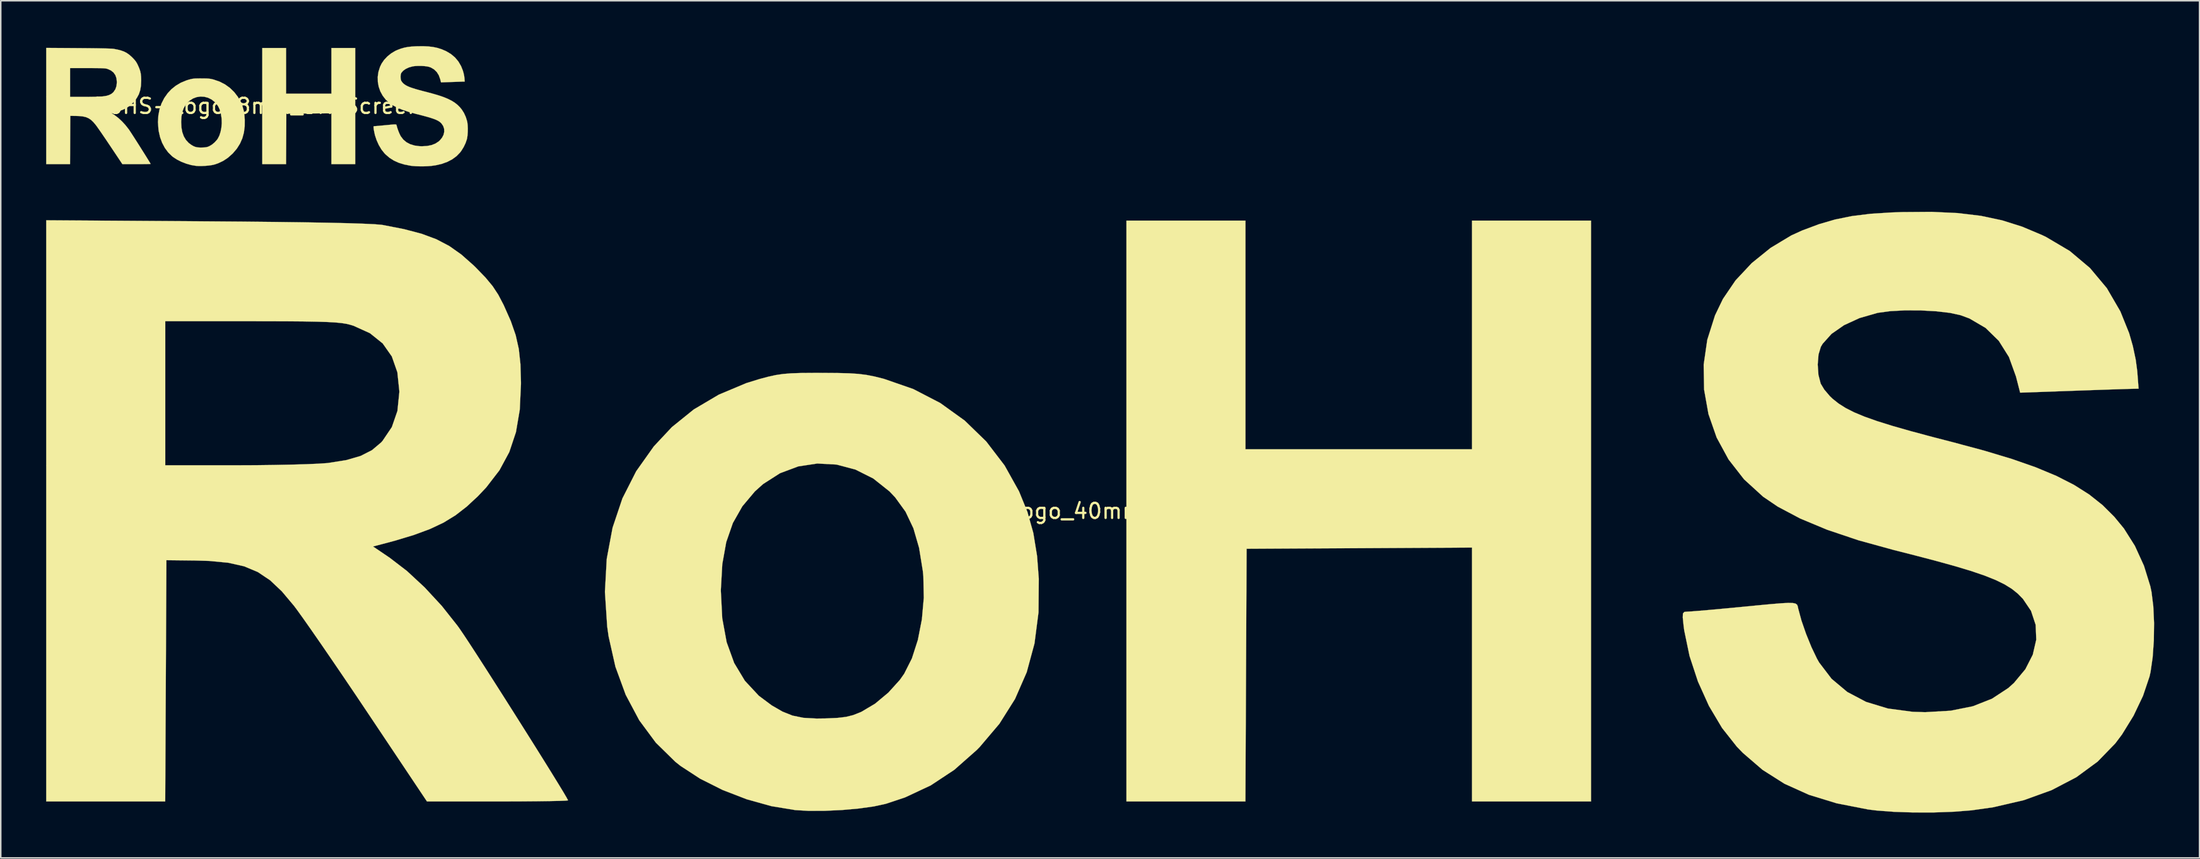
<source format=kicad_pcb>
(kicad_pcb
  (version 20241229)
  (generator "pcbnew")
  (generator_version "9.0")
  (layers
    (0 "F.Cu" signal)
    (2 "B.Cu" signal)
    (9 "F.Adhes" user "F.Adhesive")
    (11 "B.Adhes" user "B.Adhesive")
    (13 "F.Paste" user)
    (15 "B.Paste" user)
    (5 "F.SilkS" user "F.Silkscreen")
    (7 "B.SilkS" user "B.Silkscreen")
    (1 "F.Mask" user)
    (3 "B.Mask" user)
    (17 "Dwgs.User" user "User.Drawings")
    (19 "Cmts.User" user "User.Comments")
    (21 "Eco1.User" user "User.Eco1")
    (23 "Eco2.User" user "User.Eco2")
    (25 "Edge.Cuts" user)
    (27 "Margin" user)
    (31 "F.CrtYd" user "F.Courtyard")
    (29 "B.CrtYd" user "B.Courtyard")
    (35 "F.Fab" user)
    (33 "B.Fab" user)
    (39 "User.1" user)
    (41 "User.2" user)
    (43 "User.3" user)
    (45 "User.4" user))
  (footprint "RoHS-Logo_40mm_SilkScreen"
    (layer "F.Cu")
    (at 69.704 30.737)
    (property "Reference" "RoHS-Logo_40mm_SilkScreen" (at 0 0 0) (layer "F.SilkS") (effects (font (size 1 1) (thickness 0.15))))
    (attr exclude_from_pos_files exclude_from_bom)
    (fp_poly (pts (xy 9.525 -4.082) (xy 24.493 -4.082) (xy 24.493 -19.201) (xy 32.355 -19.201) (xy 32.355 19.201) (xy 24.493 19.201) (xy 24.493 2.416) (xy 9.601 2.495) (xy 9.522 19.201) (xy 1.663 19.201) (xy 1.663 -19.201) (xy 9.525 -19.201) (xy 9.525 -4.082)) (stroke (width 0.01) (type solid)) (fill yes) (layer "F.SilkS"))
    (fp_poly (pts (xy -18.445 -9.132) (xy -17.436 -9.125) (xy -16.658 -9.106) (xy -16.041 -9.066) (xy -15.514 -9) (xy -15.006 -8.901) (xy -14.447 -8.762) (xy -14.353 -8.737) (xy -12.419 -8.065) (xy -10.635 -7.14) (xy -9.022 -5.979) (xy -7.599 -4.597) (xy -6.387 -3.012) (xy -5.434 -1.302) (xy -4.88 0.057) (xy -4.489 1.453) (xy -4.242 2.971) (xy -4.128 4.476) (xy -4.147 6.701) (xy -4.412 8.758) (xy -4.927 10.661) (xy -5.698 12.426) (xy -6.732 14.068) (xy -8.033 15.603) (xy -8.233 15.806) (xy -9.709 17.11) (xy -11.273 18.144) (xy -12.977 18.94) (xy -14.238 19.359) (xy -15.027 19.531) (xy -16.025 19.67) (xy -17.142 19.769) (xy -18.285 19.822) (xy -19.365 19.823) (xy -20.216 19.773) (xy -21.794 19.513) (xy -23.421 19.059) (xy -25.017 18.443) (xy -26.5 17.698) (xy -27.791 16.856) (xy -28.134 16.585) (xy -29.425 15.319) (xy -30.524 13.834) (xy -31.418 12.152) (xy -32.097 10.296) (xy -32.548 8.29) (xy -32.641 7.635) (xy -32.791 5.346) (xy -32.788 5.292) (xy -25.132 5.292) (xy -25.04 7.093) (xy -24.749 8.675) (xy -24.252 10.048) (xy -23.545 11.224) (xy -22.623 12.214) (xy -21.771 12.851) (xy -21.063 13.26) (xy -20.397 13.526) (xy -19.679 13.672) (xy -18.812 13.72) (xy -18.218 13.713) (xy -17.441 13.678) (xy -16.865 13.611) (xy -16.39 13.493) (xy -15.917 13.306) (xy -15.842 13.272) (xy -14.947 12.74) (xy -14.069 12.008) (xy -13.309 11.168) (xy -13.02 10.757) (xy -12.511 9.746) (xy -12.117 8.522) (xy -11.851 7.161) (xy -11.725 5.735) (xy -11.755 4.319) (xy -11.789 3.967) (xy -12.036 2.435) (xy -12.411 1.142) (xy -12.932 0.043) (xy -13.618 -0.904) (xy -13.994 -1.3) (xy -15.066 -2.152) (xy -16.244 -2.742) (xy -17.489 -3.072) (xy -18.761 -3.141) (xy -20.02 -2.95) (xy -21.226 -2.498) (xy -22.34 -1.785) (xy -22.883 -1.298) (xy -23.711 -0.313) (xy -24.338 0.792) (xy -24.776 2.054) (xy -25.036 3.505) (xy -25.131 5.18) (xy -25.132 5.292) (xy -32.788 5.292) (xy -32.671 3.164) (xy -32.285 1.101) (xy -31.636 -0.834) (xy -30.726 -2.629) (xy -29.561 -4.273) (xy -28.369 -5.547) (xy -26.922 -6.716) (xy -25.268 -7.694) (xy -23.455 -8.456) (xy -22.59 -8.724) (xy -22.012 -8.878) (xy -21.515 -8.988) (xy -21.027 -9.061) (xy -20.479 -9.105) (xy -19.801 -9.127) (xy -18.922 -9.133) (xy -18.445 -9.132)) (stroke (width 0.01) (type solid)) (fill yes) (layer "F.SilkS"))
    (fp_poly (pts (xy -59.078 -19.153) (xy -56.703 -19.135) (xy -54.581 -19.113) (xy -52.719 -19.089) (xy -51.124 -19.061) (xy -49.802 -19.031) (xy -48.761 -18.997) (xy -48.007 -18.962) (xy -47.546 -18.923) (xy -47.474 -18.913) (xy -46.07 -18.639) (xy -44.909 -18.334) (xy -43.93 -17.971) (xy -43.074 -17.522) (xy -42.279 -16.961) (xy -41.486 -16.259) (xy -41.317 -16.094) (xy -40.681 -15.437) (xy -40.211 -14.871) (xy -39.836 -14.301) (xy -39.487 -13.633) (xy -39.468 -13.593) (xy -39.008 -12.555) (xy -38.686 -11.629) (xy -38.481 -10.716) (xy -38.373 -9.714) (xy -38.338 -8.525) (xy -38.338 -8.391) (xy -38.417 -6.698) (xy -38.668 -5.217) (xy -39.108 -3.899) (xy -39.758 -2.695) (xy -40.635 -1.557) (xy -41.185 -0.976) (xy -41.924 -0.29) (xy -42.663 0.283) (xy -43.457 0.769) (xy -44.359 1.194) (xy -45.421 1.586) (xy -46.698 1.971) (xy -47.604 2.212) (xy -48.112 2.343) (xy -46.999 3.097) (xy -45.867 3.967) (xy -44.7 5.05) (xy -43.567 6.275) (xy -42.538 7.574) (xy -42.386 7.786) (xy -42.126 8.168) (xy -41.748 8.74) (xy -41.273 9.471) (xy -40.72 10.329) (xy -40.11 11.283) (xy -39.462 12.301) (xy -38.796 13.352) (xy -38.133 14.403) (xy -37.491 15.423) (xy -36.892 16.381) (xy -36.355 17.245) (xy -35.9 17.984) (xy -35.547 18.564) (xy -35.317 18.956) (xy -35.228 19.127) (xy -35.227 19.13) (xy -35.372 19.148) (xy -35.784 19.164) (xy -36.424 19.178) (xy -37.258 19.189) (xy -38.248 19.197) (xy -39.358 19.201) (xy -39.888 19.201) (xy -44.548 19.201) (xy -48.411 13.418) (xy -49.243 12.176) (xy -50.062 10.964) (xy -50.844 9.815) (xy -51.566 8.762) (xy -52.206 7.839) (xy -52.74 7.079) (xy -53.145 6.516) (xy -53.33 6.269) (xy -54.132 5.314) (xy -54.911 4.577) (xy -55.724 4.033) (xy -56.627 3.655) (xy -57.675 3.42) (xy -58.925 3.3) (xy -59.863 3.272) (xy -61.761 3.251) (xy -61.8 11.226) (xy -61.84 19.201) (xy -69.699 19.201) (xy -69.699 -12.549) (xy -61.837 -12.549) (xy -61.837 -3.024) (xy -57.112 -3.025) (xy -55.872 -3.03) (xy -54.665 -3.045) (xy -53.54 -3.067) (xy -52.551 -3.095) (xy -51.747 -3.129) (xy -51.18 -3.166) (xy -51.066 -3.178) (xy -49.876 -3.367) (xy -48.931 -3.642) (xy -48.181 -4.024) (xy -47.577 -4.533) (xy -47.487 -4.632) (xy -46.868 -5.549) (xy -46.499 -6.616) (xy -46.374 -7.85) (xy -46.374 -7.938) (xy -46.503 -9.173) (xy -46.869 -10.221) (xy -47.473 -11.081) (xy -48.315 -11.757) (xy -49.396 -12.247) (xy -49.595 -12.309) (xy -49.852 -12.373) (xy -50.173 -12.425) (xy -50.59 -12.466) (xy -51.134 -12.497) (xy -51.836 -12.519) (xy -52.729 -12.535) (xy -53.842 -12.544) (xy -55.209 -12.548) (xy -56.119 -12.549) (xy -61.837 -12.549) (xy -69.699 -12.549) (xy -69.699 -19.223) (xy -59.078 -19.153)) (stroke (width 0.01) (type solid)) (fill yes) (layer "F.SilkS"))
    (fp_poly (pts (xy 56.578 -19.7) (xy 58.106 -19.517) (xy 59.507 -19.22) (xy 60.832 -18.802) (xy 62.137 -18.252) (xy 62.425 -18.113) (xy 63.982 -17.191) (xy 65.316 -16.067) (xy 66.429 -14.737) (xy 67.324 -13.198) (xy 67.902 -11.764) (xy 68.147 -10.911) (xy 68.338 -10.009) (xy 68.438 -9.262) (xy 68.528 -8.089) (xy 68.093 -8.08) (xy 67.819 -8.073) (xy 67.293 -8.056) (xy 66.564 -8.032) (xy 65.681 -8.002) (xy 64.693 -7.967) (xy 64.18 -7.949) (xy 60.703 -7.826) (xy 60.428 -8.895) (xy 59.964 -10.18) (xy 59.292 -11.253) (xy 58.419 -12.106) (xy 57.355 -12.73) (xy 56.772 -12.946) (xy 56.072 -13.1) (xy 55.166 -13.206) (xy 54.145 -13.263) (xy 53.104 -13.267) (xy 52.133 -13.216) (xy 51.325 -13.108) (xy 51.267 -13.096) (xy 50.092 -12.758) (xy 49.069 -12.288) (xy 48.242 -11.712) (xy 47.656 -11.058) (xy 47.536 -10.855) (xy 47.383 -10.347) (xy 47.33 -9.684) (xy 47.378 -8.998) (xy 47.527 -8.422) (xy 47.527 -8.422) (xy 47.766 -8.026) (xy 48.136 -7.591) (xy 48.316 -7.419) (xy 48.712 -7.105) (xy 49.175 -6.811) (xy 49.733 -6.527) (xy 50.416 -6.242) (xy 51.254 -5.945) (xy 52.277 -5.625) (xy 53.515 -5.272) (xy 54.998 -4.875) (xy 56.243 -4.553) (xy 58.335 -3.991) (xy 60.155 -3.443) (xy 61.729 -2.893) (xy 63.087 -2.327) (xy 64.257 -1.731) (xy 65.267 -1.091) (xy 66.146 -0.392) (xy 66.92 0.379) (xy 67.558 1.154) (xy 68.283 2.303) (xy 68.883 3.619) (xy 69.303 4.974) (xy 69.383 5.357) (xy 69.5 6.301) (xy 69.55 7.405) (xy 69.535 8.564) (xy 69.457 9.676) (xy 69.319 10.635) (xy 69.25 10.943) (xy 68.821 12.218) (xy 68.194 13.535) (xy 67.431 14.775) (xy 66.989 15.364) (xy 65.82 16.569) (xy 64.414 17.601) (xy 62.784 18.453) (xy 60.944 19.118) (xy 58.908 19.589) (xy 57.484 19.79) (xy 56.31 19.882) (xy 55 19.929) (xy 53.651 19.93) (xy 52.356 19.887) (xy 51.211 19.8) (xy 50.649 19.73) (xy 48.582 19.325) (xy 46.753 18.763) (xy 45.13 18.03) (xy 43.684 17.111) (xy 42.386 15.993) (xy 41.987 15.581) (xy 41.011 14.344) (xy 40.144 12.885) (xy 39.418 11.275) (xy 38.862 9.585) (xy 38.509 7.884) (xy 38.463 7.522) (xy 38.414 7.034) (xy 38.425 6.774) (xy 38.518 6.671) (xy 38.713 6.652) (xy 38.723 6.652) (xy 38.979 6.638) (xy 39.484 6.598) (xy 40.187 6.538) (xy 41.037 6.46) (xy 41.981 6.371) (xy 42.182 6.352) (xy 43.342 6.239) (xy 44.236 6.155) (xy 44.9 6.1) (xy 45.37 6.075) (xy 45.68 6.081) (xy 45.867 6.12) (xy 45.965 6.192) (xy 46.011 6.298) (xy 46.04 6.44) (xy 46.045 6.463) (xy 46.253 7.232) (xy 46.559 8.118) (xy 46.917 9) (xy 47.279 9.758) (xy 47.422 10.011) (xy 48.246 11.093) (xy 49.283 11.963) (xy 50.525 12.619) (xy 51.966 13.057) (xy 53.599 13.275) (xy 54.429 13.3) (xy 56.115 13.202) (xy 57.582 12.907) (xy 58.846 12.408) (xy 59.919 11.703) (xy 60.295 11.365) (xy 61.046 10.462) (xy 61.538 9.497) (xy 61.767 8.507) (xy 61.729 7.529) (xy 61.421 6.599) (xy 60.885 5.806) (xy 60.548 5.462) (xy 60.155 5.147) (xy 59.678 4.851) (xy 59.089 4.562) (xy 58.36 4.27) (xy 57.464 3.965) (xy 56.374 3.637) (xy 55.06 3.274) (xy 53.496 2.866) (xy 52.358 2.578) (xy 50.01 1.931) (xy 47.947 1.236) (xy 46.174 0.496) (xy 44.694 -0.288) (xy 43.721 -0.948) (xy 42.464 -2.095) (xy 41.439 -3.411) (xy 40.652 -4.86) (xy 40.112 -6.41) (xy 39.824 -8.027) (xy 39.796 -9.675) (xy 40.034 -11.323) (xy 40.545 -12.936) (xy 41.067 -14.021) (xy 41.899 -15.246) (xy 42.97 -16.39) (xy 44.218 -17.399) (xy 45.58 -18.219) (xy 46.298 -18.547) (xy 47.409 -18.963) (xy 48.479 -19.275) (xy 49.586 -19.5) (xy 50.805 -19.651) (xy 52.213 -19.741) (xy 52.919 -19.766) (xy 54.866 -19.78) (xy 56.578 -19.7)) (stroke (width 0.01) (type solid)) (fill yes) (layer "F.SilkS")))
  (footprint "RoHS-Logo_8mm_SilkScreen"
    (layer "F.Cu")
    (at 13.945 3.961)
    (property "Reference" "RoHS-Logo_8mm_SilkScreen" (at 0 0 0) (layer "F.SilkS") (effects (font (size 1 1) (thickness 0.15))))
    (attr exclude_from_pos_files exclude_from_bom)
    (fp_poly (pts (xy 1.905 -0.816) (xy 4.899 -0.816) (xy 4.899 -3.84) (xy 6.471 -3.84) (xy 6.471 3.84) (xy 4.899 3.84) (xy 4.899 0.483) (xy 3.409 0.491) (xy 1.92 0.499) (xy 1.912 2.17) (xy 1.904 3.84) (xy 0.333 3.84) (xy 0.333 -3.84) (xy 1.905 -3.84) (xy 1.905 -0.816)) (stroke (width 0.01) (type solid)) (fill yes) (layer "F.SilkS"))
    (fp_poly (pts (xy -3.689 -1.826) (xy -3.487 -1.825) (xy -3.332 -1.821) (xy -3.208 -1.813) (xy -3.103 -1.8) (xy -3.001 -1.78) (xy -2.889 -1.752) (xy -2.871 -1.747) (xy -2.484 -1.613) (xy -2.127 -1.428) (xy -1.804 -1.196) (xy -1.52 -0.919) (xy -1.277 -0.602) (xy -1.087 -0.26) (xy -0.976 0.011) (xy -0.898 0.291) (xy -0.848 0.594) (xy -0.826 0.895) (xy -0.829 1.34) (xy -0.882 1.752) (xy -0.985 2.132) (xy -1.14 2.485) (xy -1.346 2.814) (xy -1.607 3.121) (xy -1.647 3.161) (xy -1.942 3.422) (xy -2.255 3.629) (xy -2.595 3.788) (xy -2.848 3.872) (xy -3.005 3.906) (xy -3.205 3.934) (xy -3.428 3.954) (xy -3.657 3.964) (xy -3.873 3.965) (xy -4.043 3.955) (xy -4.359 3.903) (xy -4.684 3.812) (xy -5.003 3.689) (xy -5.3 3.54) (xy -5.558 3.371) (xy -5.627 3.317) (xy -5.885 3.064) (xy -6.105 2.767) (xy -6.284 2.43) (xy -6.419 2.059) (xy -6.51 1.658) (xy -6.528 1.527) (xy -6.558 1.069) (xy -6.558 1.058) (xy -5.026 1.058) (xy -5.008 1.419) (xy -4.95 1.735) (xy -4.85 2.01) (xy -4.709 2.245) (xy -4.525 2.443) (xy -4.354 2.57) (xy -4.213 2.652) (xy -4.079 2.705) (xy -3.936 2.734) (xy -3.762 2.744) (xy -3.644 2.743) (xy -3.488 2.736) (xy -3.373 2.722) (xy -3.278 2.699) (xy -3.183 2.661) (xy -3.168 2.654) (xy -2.989 2.548) (xy -2.814 2.402) (xy -2.662 2.234) (xy -2.604 2.151) (xy -2.502 1.949) (xy -2.423 1.704) (xy -2.37 1.432) (xy -2.345 1.147) (xy -2.351 0.864) (xy -2.358 0.793) (xy -2.407 0.487) (xy -2.482 0.228) (xy -2.586 0.009) (xy -2.724 -0.181) (xy -2.799 -0.26) (xy -3.013 -0.43) (xy -3.249 -0.548) (xy -3.498 -0.614) (xy -3.752 -0.628) (xy -4.004 -0.59) (xy -4.245 -0.5) (xy -4.468 -0.357) (xy -4.577 -0.26) (xy -4.742 -0.063) (xy -4.868 0.158) (xy -4.955 0.411) (xy -5.007 0.701) (xy -5.026 1.036) (xy -5.026 1.058) (xy -6.558 1.058) (xy -6.534 0.633) (xy -6.457 0.22) (xy -6.327 -0.167) (xy -6.145 -0.526) (xy -5.912 -0.855) (xy -5.674 -1.109) (xy -5.384 -1.343) (xy -5.054 -1.539) (xy -4.691 -1.691) (xy -4.518 -1.745) (xy -4.402 -1.776) (xy -4.303 -1.798) (xy -4.205 -1.812) (xy -4.096 -1.821) (xy -3.96 -1.825) (xy -3.784 -1.827) (xy -3.689 -1.826)) (stroke (width 0.01) (type solid)) (fill yes) (layer "F.SilkS"))
    (fp_poly (pts (xy -11.816 -3.831) (xy -11.341 -3.827) (xy -10.916 -3.823) (xy -10.544 -3.818) (xy -10.225 -3.812) (xy -9.96 -3.806) (xy -9.752 -3.799) (xy -9.601 -3.792) (xy -9.509 -3.785) (xy -9.495 -3.783) (xy -9.214 -3.728) (xy -8.982 -3.667) (xy -8.786 -3.594) (xy -8.615 -3.504) (xy -8.456 -3.392) (xy -8.297 -3.252) (xy -8.263 -3.219) (xy -8.136 -3.087) (xy -8.042 -2.974) (xy -7.967 -2.86) (xy -7.897 -2.727) (xy -7.894 -2.719) (xy -7.802 -2.511) (xy -7.737 -2.326) (xy -7.696 -2.143) (xy -7.675 -1.943) (xy -7.668 -1.705) (xy -7.668 -1.678) (xy -7.683 -1.34) (xy -7.734 -1.043) (xy -7.822 -0.78) (xy -7.952 -0.539) (xy -8.127 -0.311) (xy -8.237 -0.195) (xy -8.385 -0.058) (xy -8.533 0.057) (xy -8.691 0.154) (xy -8.872 0.239) (xy -9.084 0.317) (xy -9.34 0.394) (xy -9.521 0.442) (xy -9.622 0.469) (xy -9.4 0.619) (xy -9.173 0.793) (xy -8.94 1.01) (xy -8.713 1.255) (xy -8.508 1.515) (xy -8.477 1.557) (xy -8.425 1.634) (xy -8.35 1.748) (xy -8.255 1.894) (xy -8.144 2.066) (xy -8.022 2.257) (xy -7.892 2.46) (xy -7.759 2.67) (xy -7.627 2.881) (xy -7.498 3.085) (xy -7.378 3.276) (xy -7.271 3.449) (xy -7.18 3.597) (xy -7.109 3.713) (xy -7.063 3.791) (xy -7.046 3.825) (xy -7.045 3.826) (xy -7.074 3.83) (xy -7.157 3.833) (xy -7.285 3.836) (xy -7.452 3.838) (xy -7.65 3.839) (xy -7.872 3.84) (xy -7.978 3.84) (xy -8.91 3.84) (xy -9.682 2.684) (xy -9.849 2.435) (xy -10.012 2.193) (xy -10.169 1.963) (xy -10.313 1.752) (xy -10.441 1.568) (xy -10.548 1.416) (xy -10.629 1.303) (xy -10.666 1.254) (xy -10.826 1.063) (xy -10.982 0.915) (xy -11.145 0.807) (xy -11.325 0.731) (xy -11.535 0.684) (xy -11.785 0.66) (xy -11.973 0.654) (xy -12.352 0.65) (xy -12.36 2.245) (xy -12.368 3.84) (xy -13.94 3.84) (xy -13.94 -2.51) (xy -12.367 -2.51) (xy -12.367 -0.605) (xy -11.422 -0.605) (xy -11.174 -0.606) (xy -10.933 -0.609) (xy -10.708 -0.613) (xy -10.51 -0.619) (xy -10.349 -0.626) (xy -10.236 -0.633) (xy -10.213 -0.636) (xy -9.975 -0.673) (xy -9.786 -0.728) (xy -9.636 -0.805) (xy -9.515 -0.907) (xy -9.497 -0.926) (xy -9.374 -1.11) (xy -9.3 -1.323) (xy -9.275 -1.57) (xy -9.275 -1.587) (xy -9.301 -1.835) (xy -9.374 -2.044) (xy -9.495 -2.216) (xy -9.663 -2.351) (xy -9.879 -2.449) (xy -9.919 -2.462) (xy -9.97 -2.475) (xy -10.035 -2.485) (xy -10.118 -2.493) (xy -10.227 -2.499) (xy -10.367 -2.504) (xy -10.546 -2.507) (xy -10.768 -2.509) (xy -11.042 -2.51) (xy -11.224 -2.51) (xy -12.367 -2.51) (xy -13.94 -2.51) (xy -13.94 -3.845) (xy -11.816 -3.831)) (stroke (width 0.01) (type solid)) (fill yes) (layer "F.SilkS"))
    (fp_poly (pts (xy 11.316 -3.94) (xy 11.621 -3.903) (xy 11.901 -3.844) (xy 12.166 -3.76) (xy 12.427 -3.65) (xy 12.485 -3.623) (xy 12.796 -3.438) (xy 13.063 -3.213) (xy 13.286 -2.947) (xy 13.465 -2.64) (xy 13.58 -2.353) (xy 13.629 -2.182) (xy 13.668 -2.002) (xy 13.688 -1.852) (xy 13.706 -1.618) (xy 13.619 -1.616) (xy 13.564 -1.615) (xy 13.459 -1.611) (xy 13.313 -1.606) (xy 13.136 -1.6) (xy 12.939 -1.593) (xy 12.836 -1.59) (xy 12.141 -1.565) (xy 12.086 -1.779) (xy 11.993 -2.036) (xy 11.858 -2.251) (xy 11.684 -2.421) (xy 11.471 -2.546) (xy 11.354 -2.589) (xy 11.214 -2.62) (xy 11.033 -2.641) (xy 10.829 -2.653) (xy 10.621 -2.653) (xy 10.427 -2.643) (xy 10.265 -2.622) (xy 10.253 -2.619) (xy 10.018 -2.552) (xy 9.814 -2.458) (xy 9.648 -2.342) (xy 9.531 -2.212) (xy 9.507 -2.171) (xy 9.477 -2.069) (xy 9.466 -1.937) (xy 9.476 -1.8) (xy 9.505 -1.684) (xy 9.505 -1.684) (xy 9.553 -1.605) (xy 9.627 -1.518) (xy 9.663 -1.484) (xy 9.742 -1.421) (xy 9.835 -1.362) (xy 9.947 -1.305) (xy 10.083 -1.248) (xy 10.251 -1.189) (xy 10.455 -1.125) (xy 10.703 -1.054) (xy 11 -0.975) (xy 11.249 -0.911) (xy 11.667 -0.798) (xy 12.031 -0.689) (xy 12.346 -0.579) (xy 12.617 -0.465) (xy 12.851 -0.346) (xy 13.053 -0.218) (xy 13.229 -0.078) (xy 13.384 0.076) (xy 13.512 0.231) (xy 13.657 0.461) (xy 13.777 0.724) (xy 13.861 0.995) (xy 13.877 1.071) (xy 13.9 1.26) (xy 13.91 1.481) (xy 13.907 1.713) (xy 13.891 1.935) (xy 13.864 2.127) (xy 13.85 2.189) (xy 13.764 2.444) (xy 13.639 2.707) (xy 13.486 2.955) (xy 13.398 3.073) (xy 13.164 3.314) (xy 12.883 3.52) (xy 12.557 3.691) (xy 12.189 3.824) (xy 11.782 3.918) (xy 11.497 3.958) (xy 11.262 3.976) (xy 11 3.986) (xy 10.73 3.986) (xy 10.471 3.977) (xy 10.242 3.96) (xy 10.13 3.946) (xy 9.716 3.865) (xy 9.351 3.753) (xy 9.026 3.606) (xy 8.737 3.422) (xy 8.477 3.199) (xy 8.397 3.116) (xy 8.202 2.869) (xy 8.029 2.577) (xy 7.884 2.255) (xy 7.772 1.917) (xy 7.702 1.577) (xy 7.693 1.504) (xy 7.683 1.407) (xy 7.685 1.355) (xy 7.704 1.334) (xy 7.743 1.33) (xy 7.745 1.33) (xy 7.796 1.328) (xy 7.897 1.32) (xy 8.037 1.308) (xy 8.207 1.292) (xy 8.396 1.274) (xy 8.436 1.27) (xy 8.668 1.248) (xy 8.847 1.231) (xy 8.98 1.22) (xy 9.074 1.215) (xy 9.136 1.216) (xy 9.173 1.224) (xy 9.193 1.238) (xy 9.202 1.26) (xy 9.208 1.288) (xy 9.209 1.293) (xy 9.251 1.446) (xy 9.312 1.624) (xy 9.383 1.8) (xy 9.456 1.952) (xy 9.484 2.002) (xy 9.649 2.219) (xy 9.857 2.393) (xy 10.105 2.524) (xy 10.393 2.611) (xy 10.72 2.655) (xy 10.886 2.66) (xy 11.223 2.64) (xy 11.516 2.581) (xy 11.769 2.482) (xy 11.984 2.341) (xy 12.059 2.273) (xy 12.209 2.092) (xy 12.308 1.899) (xy 12.353 1.701) (xy 12.346 1.506) (xy 12.284 1.32) (xy 12.177 1.161) (xy 12.11 1.092) (xy 12.031 1.029) (xy 11.936 0.97) (xy 11.818 0.912) (xy 11.672 0.854) (xy 11.493 0.793) (xy 11.275 0.727) (xy 11.012 0.655) (xy 10.699 0.573) (xy 10.472 0.516) (xy 10.002 0.386) (xy 9.589 0.247) (xy 9.235 0.099) (xy 8.939 -0.058) (xy 8.744 -0.19) (xy 8.493 -0.419) (xy 8.288 -0.682) (xy 8.13 -0.972) (xy 8.022 -1.282) (xy 7.965 -1.605) (xy 7.959 -1.935) (xy 8.007 -2.265) (xy 8.109 -2.587) (xy 8.213 -2.804) (xy 8.38 -3.049) (xy 8.594 -3.278) (xy 8.844 -3.48) (xy 9.116 -3.644) (xy 9.26 -3.709) (xy 9.482 -3.793) (xy 9.696 -3.855) (xy 9.917 -3.9) (xy 10.161 -3.93) (xy 10.443 -3.948) (xy 10.584 -3.953) (xy 10.973 -3.956) (xy 11.316 -3.94)) (stroke (width 0.01) (type solid)) (fill yes) (layer "F.SilkS")))
  (gr_rect
    (start -3 -3)
    (end 142.259 53.672)
    (stroke (width 0.1) (type default))
    (fill no)
    (layer "Edge.Cuts")))
</source>
